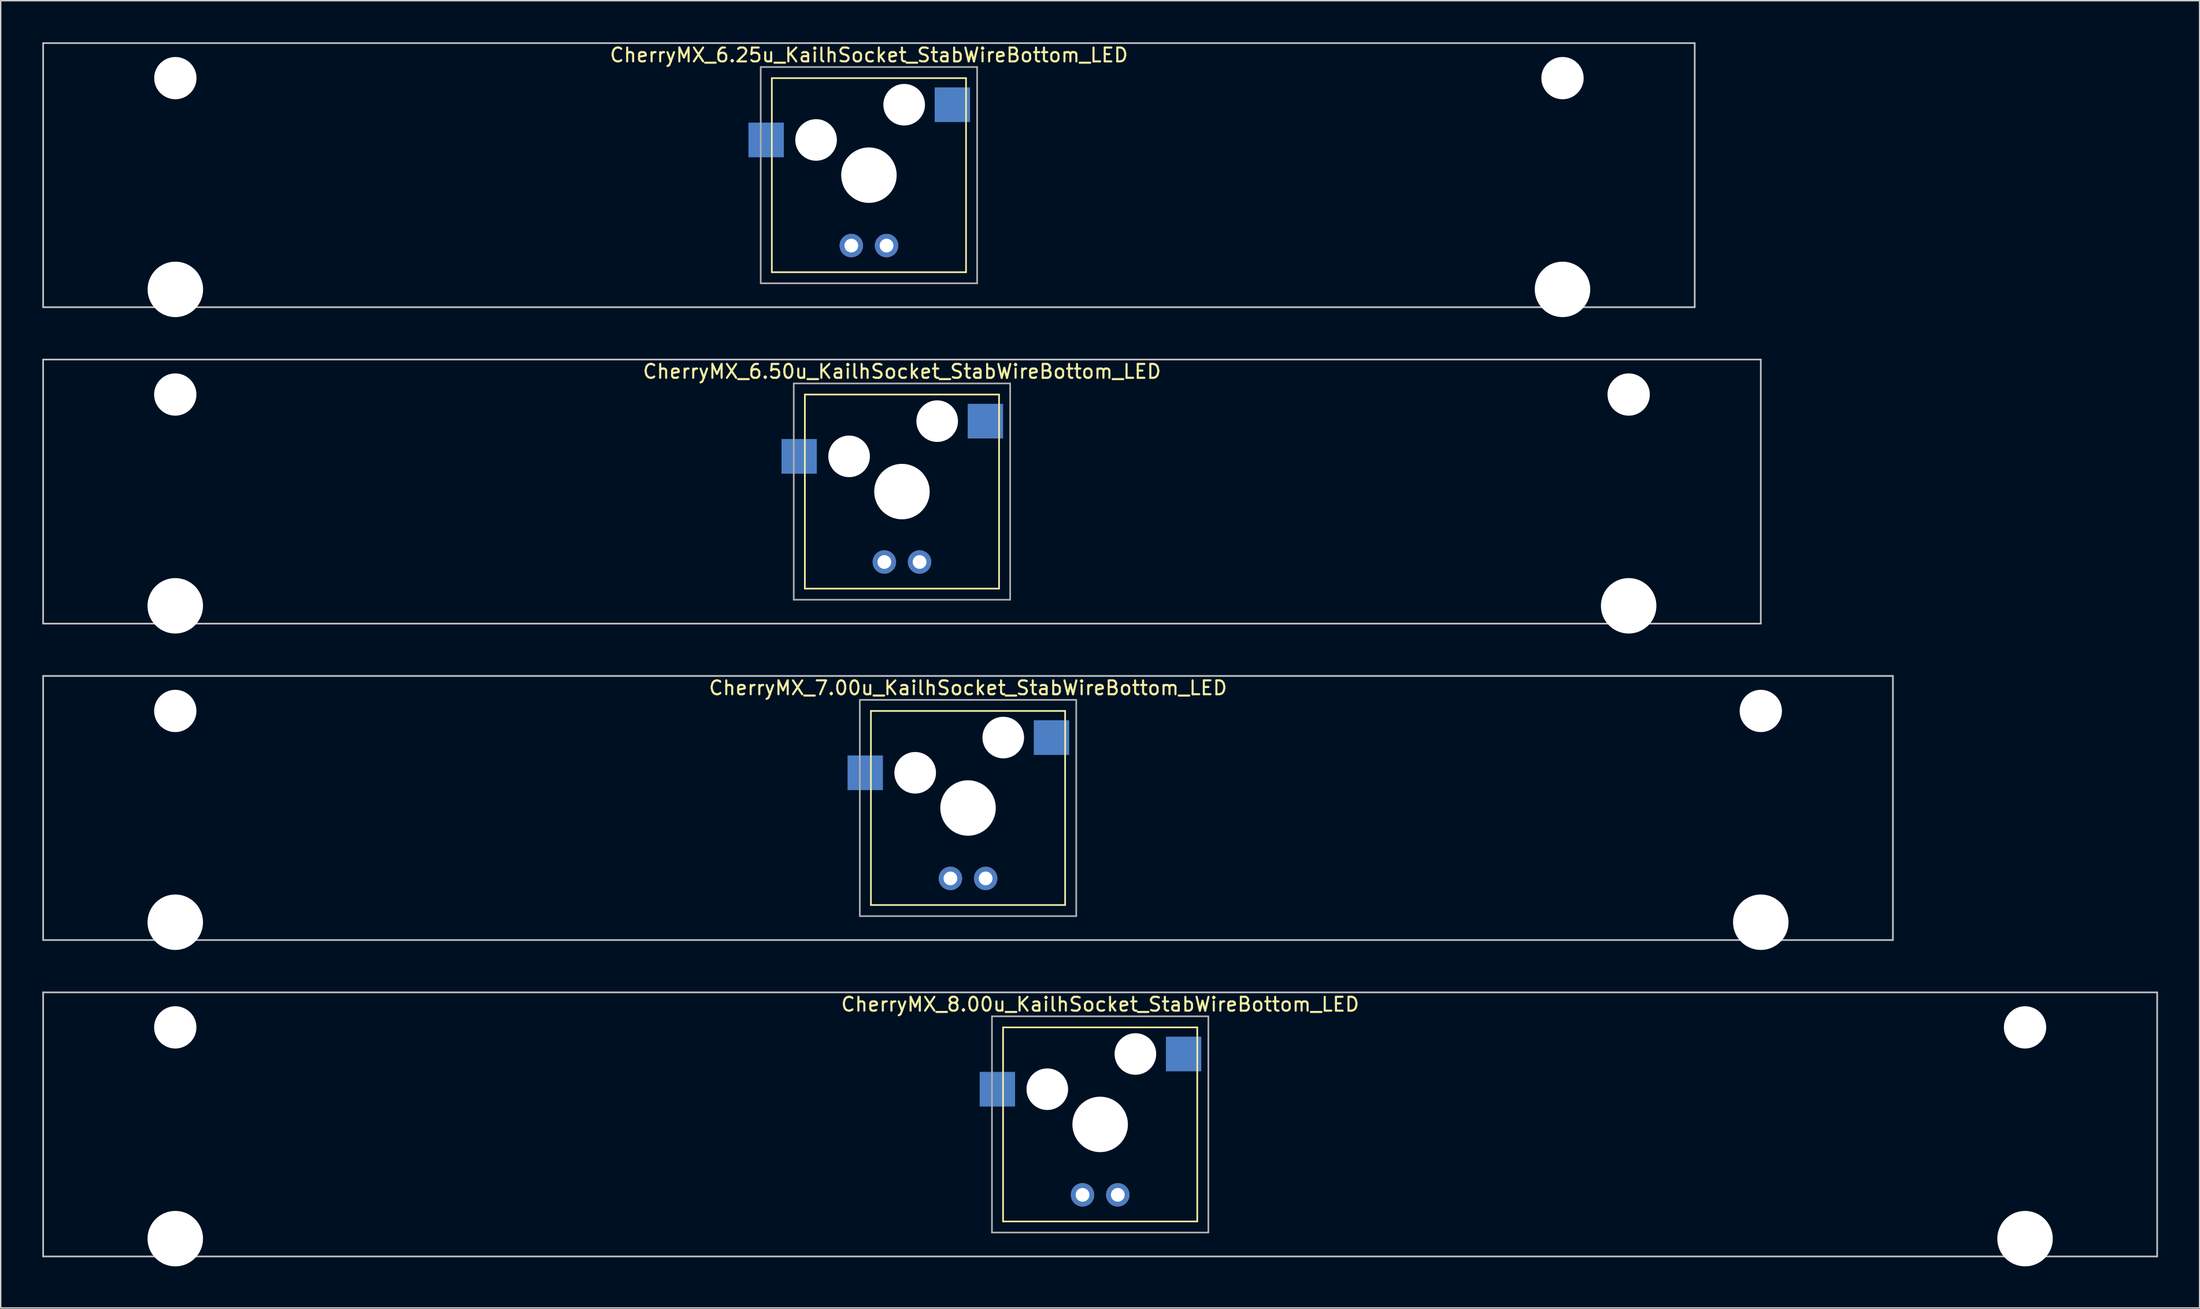
<source format=kicad_pcb>
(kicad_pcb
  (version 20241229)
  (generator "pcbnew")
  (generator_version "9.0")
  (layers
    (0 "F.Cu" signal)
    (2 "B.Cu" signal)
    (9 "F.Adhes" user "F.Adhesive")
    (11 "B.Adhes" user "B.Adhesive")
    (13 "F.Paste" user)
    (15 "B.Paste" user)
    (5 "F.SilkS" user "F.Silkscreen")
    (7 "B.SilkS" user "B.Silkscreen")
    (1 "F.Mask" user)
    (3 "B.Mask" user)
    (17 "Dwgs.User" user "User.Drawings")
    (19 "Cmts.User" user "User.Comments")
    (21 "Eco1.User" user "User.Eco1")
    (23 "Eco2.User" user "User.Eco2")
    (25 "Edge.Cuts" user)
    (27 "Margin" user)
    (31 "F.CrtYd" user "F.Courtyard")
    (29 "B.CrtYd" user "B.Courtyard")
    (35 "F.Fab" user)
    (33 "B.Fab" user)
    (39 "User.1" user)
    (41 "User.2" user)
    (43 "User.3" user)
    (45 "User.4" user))
  (footprint "CherryMX_6.50u_KailhSocket_StabWireBottom_LED"
    (layer "F.Cu")
    (at 61.972 32.41)
    (property "Reference" "CherryMX_6.50u_KailhSocket_StabWireBottom_LED" (at 0 -8.662 0) (layer "F.SilkS") (effects (font (size 1 1) (thickness 0.15))))
    (attr through_hole)
    (fp_line (start -7 -7) (end -7 7) (stroke (width 0.12) (type solid)) (layer "F.SilkS"))
    (fp_line (start -7 -7) (end 7 -7) (stroke (width 0.12) (type solid)) (layer "F.SilkS"))
    (fp_line (start 7 -7) (end 7 7) (stroke (width 0.12) (type solid)) (layer "F.SilkS"))
    (fp_line (start 7 7) (end -7 7) (stroke (width 0.12) (type solid)) (layer "F.SilkS"))
    (fp_line (start -61.913 -9.525) (end 61.913 -9.525) (stroke (width 0.12) (type solid)) (layer "Dwgs.User"))
    (fp_line (start -61.913 9.525) (end -61.913 -9.525) (stroke (width 0.12) (type solid)) (layer "Dwgs.User"))
    (fp_line (start 61.913 -9.525) (end 61.913 9.525) (stroke (width 0.12) (type solid)) (layer "Dwgs.User"))
    (fp_line (start 61.913 9.525) (end -61.913 9.525) (stroke (width 0.12) (type solid)) (layer "Dwgs.User"))
    (fp_line (start -7.8 -7.8) (end -7.8 7.8) (stroke (width 0.12) (type solid)) (layer "F.Fab"))
    (fp_line (start -7.8 -7.8) (end 7.8 -7.8) (stroke (width 0.12) (type solid)) (layer "F.Fab"))
    (fp_line (start -7.8 7.8) (end 7.8 7.8) (stroke (width 0.12) (type solid)) (layer "F.Fab"))
    (fp_line (start 7.8 -7.8) (end 7.8 7.8) (stroke (width 0.12) (type solid)) (layer "F.Fab"))
    (pad "" np_thru_hole circle (at -52.388 -7) (size 3.05 3.05) (drill 3.05) (layers "*.Cu" "*.Mask"))
    (pad "" np_thru_hole circle (at -52.388 8.24) (size 4 4) (drill 4) (layers "*.Cu" "*.Mask"))
    (pad "" np_thru_hole circle (at -3.81 -2.54) (size 3 3) (drill 3) (layers "*.Cu" "*.Mask"))
    (pad "" np_thru_hole circle (at 0 0) (size 4 4) (drill 4) (layers "*.Cu" "*.Mask"))
    (pad "" np_thru_hole circle (at 2.54 -5.08) (size 3 3) (drill 3) (layers "*.Cu" "*.Mask"))
    (pad "" np_thru_hole circle (at 52.388 -7) (size 3.05 3.05) (drill 3.05) (layers "*.Cu" "*.Mask"))
    (pad "" np_thru_hole circle (at 52.388 8.24) (size 4 4) (drill 4) (layers "*.Cu" "*.Mask"))
    (pad "1" smd rect (at -7.41 -2.54) (size 2.55 2.5) (layers "B.Cu" "B.Mask" "B.Paste"))
    (pad "2" smd rect (at 6.015 -5.08) (size 2.55 2.5) (layers "B.Cu" "B.Mask" "B.Paste"))
    (pad "3" thru_hole circle (at -1.27 5.08) (size 1.691 1.691) (drill 0.991) (layers "*.Cu" "*.Mask"))
    (pad "4" thru_hole circle (at 1.27 5.08) (size 1.691 1.691) (drill 0.991) (layers "*.Cu" "*.Mask")))
  (footprint "CherryMX_6.25u_KailhSocket_StabWireBottom_LED"
    (layer "F.Cu")
    (at 59.591 9.585)
    (property "Reference" "CherryMX_6.25u_KailhSocket_StabWireBottom_LED" (at 0 -8.662 0) (layer "F.SilkS") (effects (font (size 1 1) (thickness 0.15))))
    (attr through_hole)
    (fp_line (start -7 -7) (end -7 7) (stroke (width 0.12) (type solid)) (layer "F.SilkS"))
    (fp_line (start -7 -7) (end 7 -7) (stroke (width 0.12) (type solid)) (layer "F.SilkS"))
    (fp_line (start 7 -7) (end 7 7) (stroke (width 0.12) (type solid)) (layer "F.SilkS"))
    (fp_line (start 7 7) (end -7 7) (stroke (width 0.12) (type solid)) (layer "F.SilkS"))
    (fp_line (start -59.531 -9.525) (end 59.531 -9.525) (stroke (width 0.12) (type solid)) (layer "Dwgs.User"))
    (fp_line (start -59.531 9.525) (end -59.531 -9.525) (stroke (width 0.12) (type solid)) (layer "Dwgs.User"))
    (fp_line (start 59.531 -9.525) (end 59.531 9.525) (stroke (width 0.12) (type solid)) (layer "Dwgs.User"))
    (fp_line (start 59.531 9.525) (end -59.531 9.525) (stroke (width 0.12) (type solid)) (layer "Dwgs.User"))
    (fp_line (start -7.8 -7.8) (end -7.8 7.8) (stroke (width 0.12) (type solid)) (layer "F.Fab"))
    (fp_line (start -7.8 -7.8) (end 7.8 -7.8) (stroke (width 0.12) (type solid)) (layer "F.Fab"))
    (fp_line (start -7.8 7.8) (end 7.8 7.8) (stroke (width 0.12) (type solid)) (layer "F.Fab"))
    (fp_line (start 7.8 -7.8) (end 7.8 7.8) (stroke (width 0.12) (type solid)) (layer "F.Fab"))
    (pad "" np_thru_hole circle (at -50 -7) (size 3.05 3.05) (drill 3.05) (layers "*.Cu" "*.Mask"))
    (pad "" np_thru_hole circle (at -50 8.24) (size 4 4) (drill 4) (layers "*.Cu" "*.Mask"))
    (pad "" np_thru_hole circle (at -3.81 -2.54) (size 3 3) (drill 3) (layers "*.Cu" "*.Mask"))
    (pad "" np_thru_hole circle (at 0 0) (size 4 4) (drill 4) (layers "*.Cu" "*.Mask"))
    (pad "" np_thru_hole circle (at 2.54 -5.08) (size 3 3) (drill 3) (layers "*.Cu" "*.Mask"))
    (pad "" np_thru_hole circle (at 50 -7) (size 3.05 3.05) (drill 3.05) (layers "*.Cu" "*.Mask"))
    (pad "" np_thru_hole circle (at 50 8.24) (size 4 4) (drill 4) (layers "*.Cu" "*.Mask"))
    (pad "1" smd rect (at -7.41 -2.54) (size 2.55 2.5) (layers "B.Cu" "B.Mask" "B.Paste"))
    (pad "2" smd rect (at 6.015 -5.08) (size 2.55 2.5) (layers "B.Cu" "B.Mask" "B.Paste"))
    (pad "3" thru_hole circle (at -1.27 5.08) (size 1.691 1.691) (drill 0.991) (layers "*.Cu" "*.Mask"))
    (pad "4" thru_hole circle (at 1.27 5.08) (size 1.691 1.691) (drill 0.991) (layers "*.Cu" "*.Mask")))
  (footprint "CherryMX_7.00u_KailhSocket_StabWireBottom_LED"
    (layer "F.Cu")
    (at 66.735 55.235)
    (property "Reference" "CherryMX_7.00u_KailhSocket_StabWireBottom_LED" (at 0 -8.662 0) (layer "F.SilkS") (effects (font (size 1 1) (thickness 0.15))))
    (attr through_hole)
    (fp_line (start -7 -7) (end -7 7) (stroke (width 0.12) (type solid)) (layer "F.SilkS"))
    (fp_line (start -7 -7) (end 7 -7) (stroke (width 0.12) (type solid)) (layer "F.SilkS"))
    (fp_line (start 7 -7) (end 7 7) (stroke (width 0.12) (type solid)) (layer "F.SilkS"))
    (fp_line (start 7 7) (end -7 7) (stroke (width 0.12) (type solid)) (layer "F.SilkS"))
    (fp_line (start -66.675 -9.525) (end 66.675 -9.525) (stroke (width 0.12) (type solid)) (layer "Dwgs.User"))
    (fp_line (start -66.675 9.525) (end -66.675 -9.525) (stroke (width 0.12) (type solid)) (layer "Dwgs.User"))
    (fp_line (start 66.675 -9.525) (end 66.675 9.525) (stroke (width 0.12) (type solid)) (layer "Dwgs.User"))
    (fp_line (start 66.675 9.525) (end -66.675 9.525) (stroke (width 0.12) (type solid)) (layer "Dwgs.User"))
    (fp_line (start -7.8 -7.8) (end -7.8 7.8) (stroke (width 0.12) (type solid)) (layer "F.Fab"))
    (fp_line (start -7.8 -7.8) (end 7.8 -7.8) (stroke (width 0.12) (type solid)) (layer "F.Fab"))
    (fp_line (start -7.8 7.8) (end 7.8 7.8) (stroke (width 0.12) (type solid)) (layer "F.Fab"))
    (fp_line (start 7.8 -7.8) (end 7.8 7.8) (stroke (width 0.12) (type solid)) (layer "F.Fab"))
    (pad "" np_thru_hole circle (at -57.15 -7) (size 3.05 3.05) (drill 3.05) (layers "*.Cu" "*.Mask"))
    (pad "" np_thru_hole circle (at -57.15 8.24) (size 4 4) (drill 4) (layers "*.Cu" "*.Mask"))
    (pad "" np_thru_hole circle (at -3.81 -2.54) (size 3 3) (drill 3) (layers "*.Cu" "*.Mask"))
    (pad "" np_thru_hole circle (at 0 0) (size 4 4) (drill 4) (layers "*.Cu" "*.Mask"))
    (pad "" np_thru_hole circle (at 2.54 -5.08) (size 3 3) (drill 3) (layers "*.Cu" "*.Mask"))
    (pad "" np_thru_hole circle (at 57.15 -7) (size 3.05 3.05) (drill 3.05) (layers "*.Cu" "*.Mask"))
    (pad "" np_thru_hole circle (at 57.15 8.24) (size 4 4) (drill 4) (layers "*.Cu" "*.Mask"))
    (pad "1" smd rect (at -7.41 -2.54) (size 2.55 2.5) (layers "B.Cu" "B.Mask" "B.Paste"))
    (pad "2" smd rect (at 6.015 -5.08) (size 2.55 2.5) (layers "B.Cu" "B.Mask" "B.Paste"))
    (pad "3" thru_hole circle (at -1.27 5.08) (size 1.691 1.691) (drill 0.991) (layers "*.Cu" "*.Mask"))
    (pad "4" thru_hole circle (at 1.27 5.08) (size 1.691 1.691) (drill 0.991) (layers "*.Cu" "*.Mask")))
  (footprint "CherryMX_8.00u_KailhSocket_StabWireBottom_LED"
    (layer "F.Cu")
    (at 76.26 78.06)
    (property "Reference" "CherryMX_8.00u_KailhSocket_StabWireBottom_LED" (at 0 -8.662 0) (layer "F.SilkS") (effects (font (size 1 1) (thickness 0.15))))
    (attr through_hole)
    (fp_line (start -7 -7) (end -7 7) (stroke (width 0.12) (type solid)) (layer "F.SilkS"))
    (fp_line (start -7 -7) (end 7 -7) (stroke (width 0.12) (type solid)) (layer "F.SilkS"))
    (fp_line (start 7 -7) (end 7 7) (stroke (width 0.12) (type solid)) (layer "F.SilkS"))
    (fp_line (start 7 7) (end -7 7) (stroke (width 0.12) (type solid)) (layer "F.SilkS"))
    (fp_line (start -76.2 -9.525) (end 76.2 -9.525) (stroke (width 0.12) (type solid)) (layer "Dwgs.User"))
    (fp_line (start -76.2 9.525) (end -76.2 -9.525) (stroke (width 0.12) (type solid)) (layer "Dwgs.User"))
    (fp_line (start 76.2 -9.525) (end 76.2 9.525) (stroke (width 0.12) (type solid)) (layer "Dwgs.User"))
    (fp_line (start 76.2 9.525) (end -76.2 9.525) (stroke (width 0.12) (type solid)) (layer "Dwgs.User"))
    (fp_line (start -7.8 -7.8) (end -7.8 7.8) (stroke (width 0.12) (type solid)) (layer "F.Fab"))
    (fp_line (start -7.8 -7.8) (end 7.8 -7.8) (stroke (width 0.12) (type solid)) (layer "F.Fab"))
    (fp_line (start -7.8 7.8) (end 7.8 7.8) (stroke (width 0.12) (type solid)) (layer "F.Fab"))
    (fp_line (start 7.8 -7.8) (end 7.8 7.8) (stroke (width 0.12) (type solid)) (layer "F.Fab"))
    (pad "" np_thru_hole circle (at -66.675 -7) (size 3.05 3.05) (drill 3.05) (layers "*.Cu" "*.Mask"))
    (pad "" np_thru_hole circle (at -66.675 8.24) (size 4 4) (drill 4) (layers "*.Cu" "*.Mask"))
    (pad "" np_thru_hole circle (at -3.81 -2.54) (size 3 3) (drill 3) (layers "*.Cu" "*.Mask"))
    (pad "" np_thru_hole circle (at 0 0) (size 4 4) (drill 4) (layers "*.Cu" "*.Mask"))
    (pad "" np_thru_hole circle (at 2.54 -5.08) (size 3 3) (drill 3) (layers "*.Cu" "*.Mask"))
    (pad "" np_thru_hole circle (at 66.675 -7) (size 3.05 3.05) (drill 3.05) (layers "*.Cu" "*.Mask"))
    (pad "" np_thru_hole circle (at 66.675 8.24) (size 4 4) (drill 4) (layers "*.Cu" "*.Mask"))
    (pad "1" smd rect (at -7.41 -2.54) (size 2.55 2.5) (layers "B.Cu" "B.Mask" "B.Paste"))
    (pad "2" smd rect (at 6.015 -5.08) (size 2.55 2.5) (layers "B.Cu" "B.Mask" "B.Paste"))
    (pad "3" thru_hole circle (at -1.27 5.08) (size 1.691 1.691) (drill 0.991) (layers "*.Cu" "*.Mask"))
    (pad "4" thru_hole circle (at 1.27 5.08) (size 1.691 1.691) (drill 0.991) (layers "*.Cu" "*.Mask")))
  (gr_rect
    (start -3 -3)
    (end 155.52 91.3)
    (stroke (width 0.1) (type default))
    (fill no)
    (layer "Edge.Cuts")))
</source>
